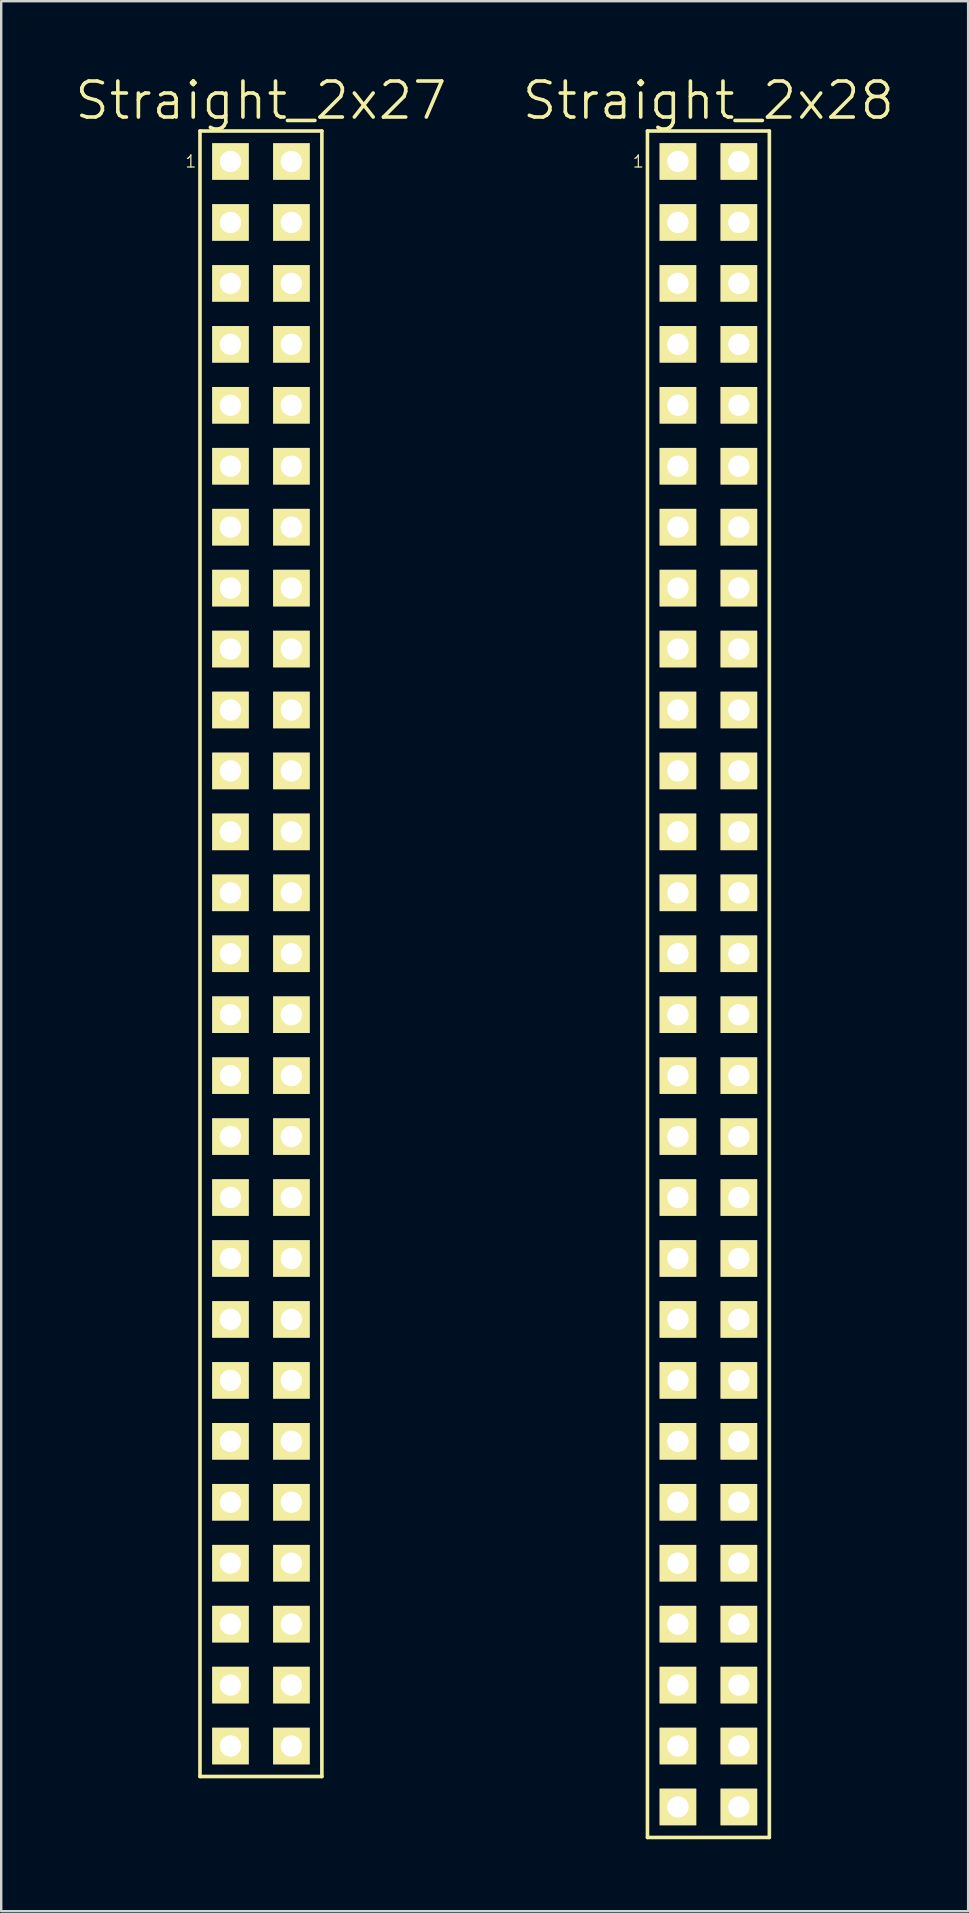
<source format=kicad_pcb>
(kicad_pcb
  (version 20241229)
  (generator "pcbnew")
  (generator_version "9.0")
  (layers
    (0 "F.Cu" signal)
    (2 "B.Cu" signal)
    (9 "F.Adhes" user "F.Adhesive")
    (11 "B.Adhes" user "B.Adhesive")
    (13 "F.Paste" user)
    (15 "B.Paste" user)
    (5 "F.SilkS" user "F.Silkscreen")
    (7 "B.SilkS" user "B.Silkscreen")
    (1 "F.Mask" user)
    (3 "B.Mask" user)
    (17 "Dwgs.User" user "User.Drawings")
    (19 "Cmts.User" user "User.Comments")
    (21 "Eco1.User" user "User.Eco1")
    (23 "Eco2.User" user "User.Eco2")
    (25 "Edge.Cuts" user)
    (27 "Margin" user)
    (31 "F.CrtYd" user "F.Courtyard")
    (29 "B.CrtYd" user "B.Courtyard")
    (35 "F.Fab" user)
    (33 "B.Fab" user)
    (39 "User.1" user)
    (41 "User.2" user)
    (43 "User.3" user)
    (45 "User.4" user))
  (footprint "Straight_2x27"
    (layer "F.Cu")
    (at 7.825 36.701)
    (property "Reference" "Straight_2x27" (at 0 -35.56 0) (layer "F.SilkS") (effects (font (size 1.5 1.5) (thickness 0.15))))
    (attr through_hole)
    (fp_line (start -2.54 -34.29) (end 2.54 -34.29) (stroke (width 0.15) (type solid)) (layer "F.SilkS"))
    (fp_line (start -2.54 34.29) (end -2.54 -34.29) (stroke (width 0.15) (type solid)) (layer "F.SilkS"))
    (fp_line (start 2.54 -34.29) (end 2.54 34.29) (stroke (width 0.15) (type solid)) (layer "F.SilkS"))
    (fp_line (start 2.54 34.29) (end -2.54 34.29) (stroke (width 0.15) (type solid)) (layer "F.SilkS"))
    (fp_text user "1" (at -2.921 -33.02 0) (layer "F.SilkS") (effects (font (size 0.5 0.5) (thickness 0.05))))
    (pad "1" thru_hole rect (at -1.27 -33.02) (size 1.524 1.524) (drill 0.889) (layers "*.Cu" "*.Mask" "F.SilkS"))
    (pad "2" thru_hole rect (at 1.27 -33.02) (size 1.524 1.524) (drill 0.889) (layers "*.Cu" "*.Mask" "F.SilkS"))
    (pad "3" thru_hole rect (at -1.27 -30.48) (size 1.524 1.524) (drill 0.889) (layers "*.Cu" "*.Mask" "F.SilkS"))
    (pad "4" thru_hole rect (at 1.27 -30.48) (size 1.524 1.524) (drill 0.889) (layers "*.Cu" "*.Mask" "F.SilkS"))
    (pad "5" thru_hole rect (at -1.27 -27.94) (size 1.524 1.524) (drill 0.889) (layers "*.Cu" "*.Mask" "F.SilkS"))
    (pad "6" thru_hole rect (at 1.27 -27.94) (size 1.524 1.524) (drill 0.889) (layers "*.Cu" "*.Mask" "F.SilkS"))
    (pad "7" thru_hole rect (at -1.27 -25.4) (size 1.524 1.524) (drill 0.889) (layers "*.Cu" "*.Mask" "F.SilkS"))
    (pad "8" thru_hole rect (at 1.27 -25.4) (size 1.524 1.524) (drill 0.889) (layers "*.Cu" "*.Mask" "F.SilkS"))
    (pad "9" thru_hole rect (at -1.27 -22.86) (size 1.524 1.524) (drill 0.889) (layers "*.Cu" "*.Mask" "F.SilkS"))
    (pad "10" thru_hole rect (at 1.27 -22.86) (size 1.524 1.524) (drill 0.889) (layers "*.Cu" "*.Mask" "F.SilkS"))
    (pad "11" thru_hole rect (at -1.27 -20.32) (size 1.524 1.524) (drill 0.889) (layers "*.Cu" "*.Mask" "F.SilkS"))
    (pad "12" thru_hole rect (at 1.27 -20.32) (size 1.524 1.524) (drill 0.889) (layers "*.Cu" "*.Mask" "F.SilkS"))
    (pad "13" thru_hole rect (at -1.27 -17.78) (size 1.524 1.524) (drill 0.889) (layers "*.Cu" "*.Mask" "F.SilkS"))
    (pad "14" thru_hole rect (at 1.27 -17.78) (size 1.524 1.524) (drill 0.889) (layers "*.Cu" "*.Mask" "F.SilkS"))
    (pad "15" thru_hole rect (at -1.27 -15.24) (size 1.524 1.524) (drill 0.889) (layers "*.Cu" "*.Mask" "F.SilkS"))
    (pad "16" thru_hole rect (at 1.27 -15.24) (size 1.524 1.524) (drill 0.889) (layers "*.Cu" "*.Mask" "F.SilkS"))
    (pad "17" thru_hole rect (at -1.27 -12.7) (size 1.524 1.524) (drill 0.889) (layers "*.Cu" "*.Mask" "F.SilkS"))
    (pad "18" thru_hole rect (at 1.27 -12.7) (size 1.524 1.524) (drill 0.889) (layers "*.Cu" "*.Mask" "F.SilkS"))
    (pad "19" thru_hole rect (at -1.27 -10.16) (size 1.524 1.524) (drill 0.889) (layers "*.Cu" "*.Mask" "F.SilkS"))
    (pad "20" thru_hole rect (at 1.27 -10.16) (size 1.524 1.524) (drill 0.889) (layers "*.Cu" "*.Mask" "F.SilkS"))
    (pad "21" thru_hole rect (at -1.27 -7.62) (size 1.524 1.524) (drill 0.889) (layers "*.Cu" "*.Mask" "F.SilkS"))
    (pad "22" thru_hole rect (at 1.27 -7.62) (size 1.524 1.524) (drill 0.889) (layers "*.Cu" "*.Mask" "F.SilkS"))
    (pad "23" thru_hole rect (at -1.27 -5.08) (size 1.524 1.524) (drill 0.889) (layers "*.Cu" "*.Mask" "F.SilkS"))
    (pad "24" thru_hole rect (at 1.27 -5.08) (size 1.524 1.524) (drill 0.889) (layers "*.Cu" "*.Mask" "F.SilkS"))
    (pad "25" thru_hole rect (at -1.27 -2.54) (size 1.524 1.524) (drill 0.889) (layers "*.Cu" "*.Mask" "F.SilkS"))
    (pad "26" thru_hole rect (at 1.27 -2.54) (size 1.524 1.524) (drill 0.889) (layers "*.Cu" "*.Mask" "F.SilkS"))
    (pad "27" thru_hole rect (at -1.27 0) (size 1.524 1.524) (drill 0.889) (layers "*.Cu" "*.Mask" "F.SilkS"))
    (pad "28" thru_hole rect (at 1.27 0) (size 1.524 1.524) (drill 0.889) (layers "*.Cu" "*.Mask" "F.SilkS"))
    (pad "29" thru_hole rect (at -1.27 2.54) (size 1.524 1.524) (drill 0.889) (layers "*.Cu" "*.Mask" "F.SilkS"))
    (pad "30" thru_hole rect (at 1.27 2.54) (size 1.524 1.524) (drill 0.889) (layers "*.Cu" "*.Mask" "F.SilkS"))
    (pad "31" thru_hole rect (at -1.27 5.08) (size 1.524 1.524) (drill 0.889) (layers "*.Cu" "*.Mask" "F.SilkS"))
    (pad "32" thru_hole rect (at 1.27 5.08) (size 1.524 1.524) (drill 0.889) (layers "*.Cu" "*.Mask" "F.SilkS"))
    (pad "33" thru_hole rect (at -1.27 7.62) (size 1.524 1.524) (drill 0.889) (layers "*.Cu" "*.Mask" "F.SilkS"))
    (pad "34" thru_hole rect (at 1.27 7.62) (size 1.524 1.524) (drill 0.889) (layers "*.Cu" "*.Mask" "F.SilkS"))
    (pad "35" thru_hole rect (at -1.27 10.16) (size 1.524 1.524) (drill 0.889) (layers "*.Cu" "*.Mask" "F.SilkS"))
    (pad "36" thru_hole rect (at 1.27 10.16) (size 1.524 1.524) (drill 0.889) (layers "*.Cu" "*.Mask" "F.SilkS"))
    (pad "37" thru_hole rect (at -1.27 12.7) (size 1.524 1.524) (drill 0.889) (layers "*.Cu" "*.Mask" "F.SilkS"))
    (pad "38" thru_hole rect (at 1.27 12.7) (size 1.524 1.524) (drill 0.889) (layers "*.Cu" "*.Mask" "F.SilkS"))
    (pad "39" thru_hole rect (at -1.27 15.24) (size 1.524 1.524) (drill 0.889) (layers "*.Cu" "*.Mask" "F.SilkS"))
    (pad "40" thru_hole rect (at 1.27 15.24) (size 1.524 1.524) (drill 0.889) (layers "*.Cu" "*.Mask" "F.SilkS"))
    (pad "41" thru_hole rect (at -1.27 17.78) (size 1.524 1.524) (drill 0.889) (layers "*.Cu" "*.Mask" "F.SilkS"))
    (pad "42" thru_hole rect (at 1.27 17.78) (size 1.524 1.524) (drill 0.889) (layers "*.Cu" "*.Mask" "F.SilkS"))
    (pad "43" thru_hole rect (at -1.27 20.32) (size 1.524 1.524) (drill 0.889) (layers "*.Cu" "*.Mask" "F.SilkS"))
    (pad "44" thru_hole rect (at 1.27 20.32) (size 1.524 1.524) (drill 0.889) (layers "*.Cu" "*.Mask" "F.SilkS"))
    (pad "45" thru_hole rect (at -1.27 22.86) (size 1.524 1.524) (drill 0.889) (layers "*.Cu" "*.Mask" "F.SilkS"))
    (pad "46" thru_hole rect (at 1.27 22.86) (size 1.524 1.524) (drill 0.889) (layers "*.Cu" "*.Mask" "F.SilkS"))
    (pad "47" thru_hole rect (at -1.27 25.4) (size 1.524 1.524) (drill 0.889) (layers "*.Cu" "*.Mask" "F.SilkS"))
    (pad "48" thru_hole rect (at 1.27 25.4) (size 1.524 1.524) (drill 0.889) (layers "*.Cu" "*.Mask" "F.SilkS"))
    (pad "49" thru_hole rect (at -1.27 27.94) (size 1.524 1.524) (drill 0.889) (layers "*.Cu" "*.Mask" "F.SilkS"))
    (pad "50" thru_hole rect (at 1.27 27.94) (size 1.524 1.524) (drill 0.889) (layers "*.Cu" "*.Mask" "F.SilkS"))
    (pad "51" thru_hole rect (at -1.27 30.48) (size 1.524 1.524) (drill 0.889) (layers "*.Cu" "*.Mask" "F.SilkS"))
    (pad "52" thru_hole rect (at 1.27 30.48) (size 1.524 1.524) (drill 0.889) (layers "*.Cu" "*.Mask" "F.SilkS"))
    (pad "53" thru_hole rect (at -1.27 33.02) (size 1.524 1.524) (drill 0.889) (layers "*.Cu" "*.Mask" "F.SilkS"))
    (pad "54" thru_hole rect (at 1.27 33.02) (size 1.524 1.524) (drill 0.889) (layers "*.Cu" "*.Mask" "F.SilkS")))
  (footprint "Straight_2x28"
    (layer "F.Cu")
    (at 26.475 37.971)
    (property "Reference" "Straight_2x28" (at 0 -36.83 0) (layer "F.SilkS") (effects (font (size 1.5 1.5) (thickness 0.15))))
    (attr through_hole)
    (fp_line (start -2.54 -35.56) (end 2.54 -35.56) (stroke (width 0.15) (type solid)) (layer "F.SilkS"))
    (fp_line (start -2.54 35.56) (end -2.54 -35.56) (stroke (width 0.15) (type solid)) (layer "F.SilkS"))
    (fp_line (start 2.54 -35.56) (end 2.54 35.56) (stroke (width 0.15) (type solid)) (layer "F.SilkS"))
    (fp_line (start 2.54 35.56) (end -2.54 35.56) (stroke (width 0.15) (type solid)) (layer "F.SilkS"))
    (fp_text user "1" (at -2.921 -34.29 0) (layer "F.SilkS") (effects (font (size 0.5 0.5) (thickness 0.05))))
    (pad "1" thru_hole rect (at -1.27 -34.29) (size 1.524 1.524) (drill 0.889) (layers "*.Cu" "*.Mask" "F.SilkS"))
    (pad "2" thru_hole rect (at 1.27 -34.29) (size 1.524 1.524) (drill 0.889) (layers "*.Cu" "*.Mask" "F.SilkS"))
    (pad "3" thru_hole rect (at -1.27 -31.75) (size 1.524 1.524) (drill 0.889) (layers "*.Cu" "*.Mask" "F.SilkS"))
    (pad "4" thru_hole rect (at 1.27 -31.75) (size 1.524 1.524) (drill 0.889) (layers "*.Cu" "*.Mask" "F.SilkS"))
    (pad "5" thru_hole rect (at -1.27 -29.21) (size 1.524 1.524) (drill 0.889) (layers "*.Cu" "*.Mask" "F.SilkS"))
    (pad "6" thru_hole rect (at 1.27 -29.21) (size 1.524 1.524) (drill 0.889) (layers "*.Cu" "*.Mask" "F.SilkS"))
    (pad "7" thru_hole rect (at -1.27 -26.67) (size 1.524 1.524) (drill 0.889) (layers "*.Cu" "*.Mask" "F.SilkS"))
    (pad "8" thru_hole rect (at 1.27 -26.67) (size 1.524 1.524) (drill 0.889) (layers "*.Cu" "*.Mask" "F.SilkS"))
    (pad "9" thru_hole rect (at -1.27 -24.13) (size 1.524 1.524) (drill 0.889) (layers "*.Cu" "*.Mask" "F.SilkS"))
    (pad "10" thru_hole rect (at 1.27 -24.13) (size 1.524 1.524) (drill 0.889) (layers "*.Cu" "*.Mask" "F.SilkS"))
    (pad "11" thru_hole rect (at -1.27 -21.59) (size 1.524 1.524) (drill 0.889) (layers "*.Cu" "*.Mask" "F.SilkS"))
    (pad "12" thru_hole rect (at 1.27 -21.59) (size 1.524 1.524) (drill 0.889) (layers "*.Cu" "*.Mask" "F.SilkS"))
    (pad "13" thru_hole rect (at -1.27 -19.05) (size 1.524 1.524) (drill 0.889) (layers "*.Cu" "*.Mask" "F.SilkS"))
    (pad "14" thru_hole rect (at 1.27 -19.05) (size 1.524 1.524) (drill 0.889) (layers "*.Cu" "*.Mask" "F.SilkS"))
    (pad "15" thru_hole rect (at -1.27 -16.51) (size 1.524 1.524) (drill 0.889) (layers "*.Cu" "*.Mask" "F.SilkS"))
    (pad "16" thru_hole rect (at 1.27 -16.51) (size 1.524 1.524) (drill 0.889) (layers "*.Cu" "*.Mask" "F.SilkS"))
    (pad "17" thru_hole rect (at -1.27 -13.97) (size 1.524 1.524) (drill 0.889) (layers "*.Cu" "*.Mask" "F.SilkS"))
    (pad "18" thru_hole rect (at 1.27 -13.97) (size 1.524 1.524) (drill 0.889) (layers "*.Cu" "*.Mask" "F.SilkS"))
    (pad "19" thru_hole rect (at -1.27 -11.43) (size 1.524 1.524) (drill 0.889) (layers "*.Cu" "*.Mask" "F.SilkS"))
    (pad "20" thru_hole rect (at 1.27 -11.43) (size 1.524 1.524) (drill 0.889) (layers "*.Cu" "*.Mask" "F.SilkS"))
    (pad "21" thru_hole rect (at -1.27 -8.89) (size 1.524 1.524) (drill 0.889) (layers "*.Cu" "*.Mask" "F.SilkS"))
    (pad "22" thru_hole rect (at 1.27 -8.89) (size 1.524 1.524) (drill 0.889) (layers "*.Cu" "*.Mask" "F.SilkS"))
    (pad "23" thru_hole rect (at -1.27 -6.35) (size 1.524 1.524) (drill 0.889) (layers "*.Cu" "*.Mask" "F.SilkS"))
    (pad "24" thru_hole rect (at 1.27 -6.35) (size 1.524 1.524) (drill 0.889) (layers "*.Cu" "*.Mask" "F.SilkS"))
    (pad "25" thru_hole rect (at -1.27 -3.81) (size 1.524 1.524) (drill 0.889) (layers "*.Cu" "*.Mask" "F.SilkS"))
    (pad "26" thru_hole rect (at 1.27 -3.81) (size 1.524 1.524) (drill 0.889) (layers "*.Cu" "*.Mask" "F.SilkS"))
    (pad "27" thru_hole rect (at -1.27 -1.27) (size 1.524 1.524) (drill 0.889) (layers "*.Cu" "*.Mask" "F.SilkS"))
    (pad "28" thru_hole rect (at 1.27 -1.27) (size 1.524 1.524) (drill 0.889) (layers "*.Cu" "*.Mask" "F.SilkS"))
    (pad "29" thru_hole rect (at -1.27 1.27) (size 1.524 1.524) (drill 0.889) (layers "*.Cu" "*.Mask" "F.SilkS"))
    (pad "30" thru_hole rect (at 1.27 1.27) (size 1.524 1.524) (drill 0.889) (layers "*.Cu" "*.Mask" "F.SilkS"))
    (pad "31" thru_hole rect (at -1.27 3.81) (size 1.524 1.524) (drill 0.889) (layers "*.Cu" "*.Mask" "F.SilkS"))
    (pad "32" thru_hole rect (at 1.27 3.81) (size 1.524 1.524) (drill 0.889) (layers "*.Cu" "*.Mask" "F.SilkS"))
    (pad "33" thru_hole rect (at -1.27 6.35) (size 1.524 1.524) (drill 0.889) (layers "*.Cu" "*.Mask" "F.SilkS"))
    (pad "34" thru_hole rect (at 1.27 6.35) (size 1.524 1.524) (drill 0.889) (layers "*.Cu" "*.Mask" "F.SilkS"))
    (pad "35" thru_hole rect (at -1.27 8.89) (size 1.524 1.524) (drill 0.889) (layers "*.Cu" "*.Mask" "F.SilkS"))
    (pad "36" thru_hole rect (at 1.27 8.89) (size 1.524 1.524) (drill 0.889) (layers "*.Cu" "*.Mask" "F.SilkS"))
    (pad "37" thru_hole rect (at -1.27 11.43) (size 1.524 1.524) (drill 0.889) (layers "*.Cu" "*.Mask" "F.SilkS"))
    (pad "38" thru_hole rect (at 1.27 11.43) (size 1.524 1.524) (drill 0.889) (layers "*.Cu" "*.Mask" "F.SilkS"))
    (pad "39" thru_hole rect (at -1.27 13.97) (size 1.524 1.524) (drill 0.889) (layers "*.Cu" "*.Mask" "F.SilkS"))
    (pad "40" thru_hole rect (at 1.27 13.97) (size 1.524 1.524) (drill 0.889) (layers "*.Cu" "*.Mask" "F.SilkS"))
    (pad "41" thru_hole rect (at -1.27 16.51) (size 1.524 1.524) (drill 0.889) (layers "*.Cu" "*.Mask" "F.SilkS"))
    (pad "42" thru_hole rect (at 1.27 16.51) (size 1.524 1.524) (drill 0.889) (layers "*.Cu" "*.Mask" "F.SilkS"))
    (pad "43" thru_hole rect (at -1.27 19.05) (size 1.524 1.524) (drill 0.889) (layers "*.Cu" "*.Mask" "F.SilkS"))
    (pad "44" thru_hole rect (at 1.27 19.05) (size 1.524 1.524) (drill 0.889) (layers "*.Cu" "*.Mask" "F.SilkS"))
    (pad "45" thru_hole rect (at -1.27 21.59) (size 1.524 1.524) (drill 0.889) (layers "*.Cu" "*.Mask" "F.SilkS"))
    (pad "46" thru_hole rect (at 1.27 21.59) (size 1.524 1.524) (drill 0.889) (layers "*.Cu" "*.Mask" "F.SilkS"))
    (pad "47" thru_hole rect (at -1.27 24.13) (size 1.524 1.524) (drill 0.889) (layers "*.Cu" "*.Mask" "F.SilkS"))
    (pad "48" thru_hole rect (at 1.27 24.13) (size 1.524 1.524) (drill 0.889) (layers "*.Cu" "*.Mask" "F.SilkS"))
    (pad "49" thru_hole rect (at -1.27 26.67) (size 1.524 1.524) (drill 0.889) (layers "*.Cu" "*.Mask" "F.SilkS"))
    (pad "50" thru_hole rect (at 1.27 26.67) (size 1.524 1.524) (drill 0.889) (layers "*.Cu" "*.Mask" "F.SilkS"))
    (pad "51" thru_hole rect (at -1.27 29.21) (size 1.524 1.524) (drill 0.889) (layers "*.Cu" "*.Mask" "F.SilkS"))
    (pad "52" thru_hole rect (at 1.27 29.21) (size 1.524 1.524) (drill 0.889) (layers "*.Cu" "*.Mask" "F.SilkS"))
    (pad "53" thru_hole rect (at -1.27 31.75) (size 1.524 1.524) (drill 0.889) (layers "*.Cu" "*.Mask" "F.SilkS"))
    (pad "54" thru_hole rect (at 1.27 31.75) (size 1.524 1.524) (drill 0.889) (layers "*.Cu" "*.Mask" "F.SilkS"))
    (pad "55" thru_hole rect (at -1.27 34.29) (size 1.524 1.524) (drill 0.889) (layers "*.Cu" "*.Mask" "F.SilkS"))
    (pad "56" thru_hole rect (at 1.27 34.29) (size 1.524 1.524) (drill 0.889) (layers "*.Cu" "*.Mask" "F.SilkS")))
  (gr_rect
    (start -3 -3)
    (end 37.3 76.606)
    (stroke (width 0.1) (type default))
    (fill no)
    (layer "Edge.Cuts")))
</source>
